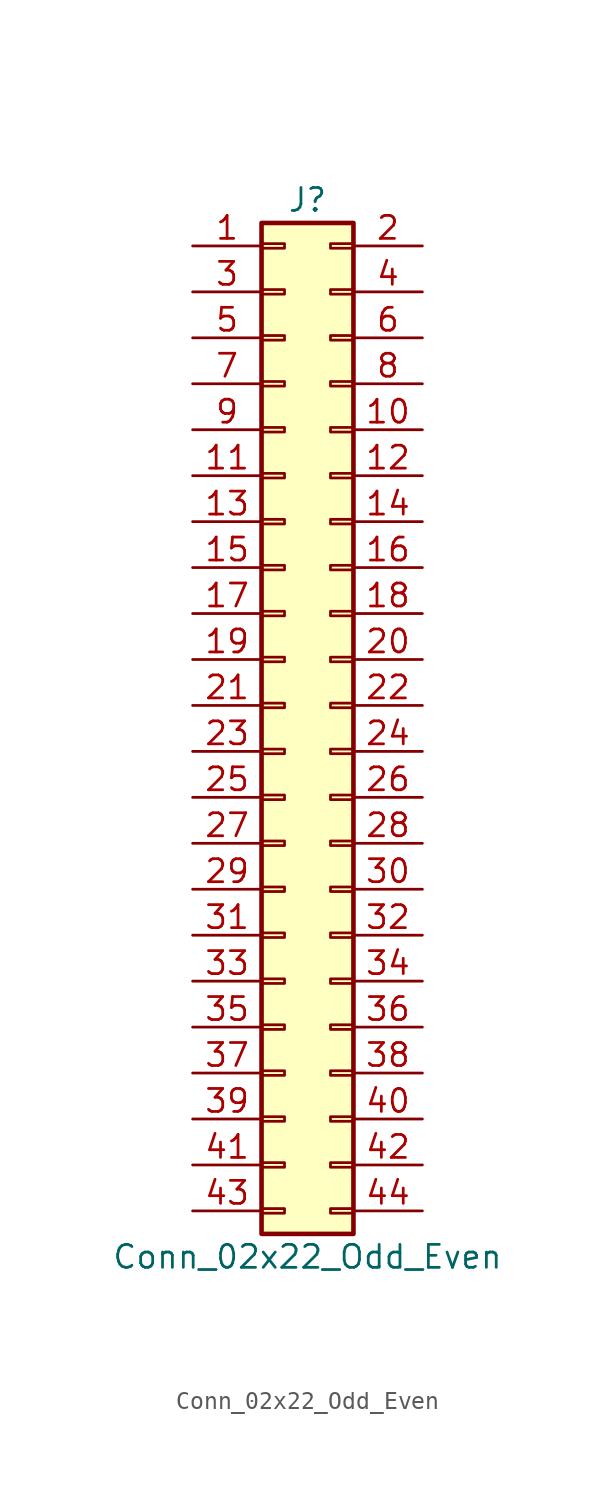
<source format=kicad_sym>
(kicad_symbol_lib
  (version 20201005)
  (generator kicad_symbol_editor)
  (symbol "Conn_02x22_Odd_Even"
    (pin_names
      (offset 1.016) hide)
    (property "Reference" "J"
      (at 1.27 27.94 0)
      (effects (font (size 1.27 1.27))))
    (property "Value" "Conn_02x22_Odd_Even"
      (at 1.27 -30.48 0)
      (effects (font (size 1.27 1.27))))
    (symbol "Conn_02x22_Odd_Even_1_1"
      (rectangle (start -1.27 -27.813) (end 0 -28.067) (stroke (width 0.152)) (fill (type none)))
      (rectangle (start -1.27 -25.273) (end 0 -25.527) (stroke (width 0.152)) (fill (type none)))
      (rectangle (start -1.27 -22.733) (end 0 -22.987) (stroke (width 0.152)) (fill (type none)))
      (rectangle (start -1.27 -20.193) (end 0 -20.447) (stroke (width 0.152)) (fill (type none)))
      (rectangle (start -1.27 -17.653) (end 0 -17.907) (stroke (width 0.152)) (fill (type none)))
      (rectangle (start -1.27 -15.113) (end 0 -15.367) (stroke (width 0.152)) (fill (type none)))
      (rectangle (start -1.27 -12.573) (end 0 -12.827) (stroke (width 0.152)) (fill (type none)))
      (rectangle (start -1.27 -10.033) (end 0 -10.287) (stroke (width 0.152)) (fill (type none)))
      (rectangle (start -1.27 -7.493) (end 0 -7.747) (stroke (width 0.152)) (fill (type none)))
      (rectangle (start -1.27 -4.953) (end 0 -5.207) (stroke (width 0.152)) (fill (type none)))
      (rectangle (start -1.27 -2.413) (end 0 -2.667) (stroke (width 0.152)) (fill (type none)))
      (rectangle (start -1.27 0.127) (end 0 -0.127) (stroke (width 0.152)) (fill (type none)))
      (rectangle (start -1.27 2.667) (end 0 2.413) (stroke (width 0.152)) (fill (type none)))
      (rectangle (start -1.27 5.207) (end 0 4.953) (stroke (width 0.152)) (fill (type none)))
      (rectangle (start -1.27 7.747) (end 0 7.493) (stroke (width 0.152)) (fill (type none)))
      (rectangle (start -1.27 10.287) (end 0 10.033) (stroke (width 0.152)) (fill (type none)))
      (rectangle (start -1.27 12.827) (end 0 12.573) (stroke (width 0.152)) (fill (type none)))
      (rectangle (start -1.27 15.367) (end 0 15.113) (stroke (width 0.152)) (fill (type none)))
      (rectangle (start -1.27 17.907) (end 0 17.653) (stroke (width 0.152)) (fill (type none)))
      (rectangle (start -1.27 20.447) (end 0 20.193) (stroke (width 0.152)) (fill (type none)))
      (rectangle (start -1.27 22.987) (end 0 22.733) (stroke (width 0.152)) (fill (type none)))
      (rectangle (start -1.27 25.527) (end 0 25.273) (stroke (width 0.152)) (fill (type none)))
      (rectangle (start -1.27 26.67) (end 3.81 -29.21) (stroke (width 0.254)) (fill (type background)))
      (rectangle (start 3.81 -27.813) (end 2.54 -28.067) (stroke (width 0.152)) (fill (type none)))
      (rectangle (start 3.81 -25.273) (end 2.54 -25.527) (stroke (width 0.152)) (fill (type none)))
      (rectangle (start 3.81 -22.733) (end 2.54 -22.987) (stroke (width 0.152)) (fill (type none)))
      (rectangle (start 3.81 -20.193) (end 2.54 -20.447) (stroke (width 0.152)) (fill (type none)))
      (rectangle (start 3.81 -17.653) (end 2.54 -17.907) (stroke (width 0.152)) (fill (type none)))
      (rectangle (start 3.81 -15.113) (end 2.54 -15.367) (stroke (width 0.152)) (fill (type none)))
      (rectangle (start 3.81 -12.573) (end 2.54 -12.827) (stroke (width 0.152)) (fill (type none)))
      (rectangle (start 3.81 -10.033) (end 2.54 -10.287) (stroke (width 0.152)) (fill (type none)))
      (rectangle (start 3.81 -7.493) (end 2.54 -7.747) (stroke (width 0.152)) (fill (type none)))
      (rectangle (start 3.81 -4.953) (end 2.54 -5.207) (stroke (width 0.152)) (fill (type none)))
      (rectangle (start 3.81 -2.413) (end 2.54 -2.667) (stroke (width 0.152)) (fill (type none)))
      (rectangle (start 3.81 0.127) (end 2.54 -0.127) (stroke (width 0.152)) (fill (type none)))
      (rectangle (start 3.81 2.667) (end 2.54 2.413) (stroke (width 0.152)) (fill (type none)))
      (rectangle (start 3.81 5.207) (end 2.54 4.953) (stroke (width 0.152)) (fill (type none)))
      (rectangle (start 3.81 7.747) (end 2.54 7.493) (stroke (width 0.152)) (fill (type none)))
      (rectangle (start 3.81 10.287) (end 2.54 10.033) (stroke (width 0.152)) (fill (type none)))
      (rectangle (start 3.81 12.827) (end 2.54 12.573) (stroke (width 0.152)) (fill (type none)))
      (rectangle (start 3.81 15.367) (end 2.54 15.113) (stroke (width 0.152)) (fill (type none)))
      (rectangle (start 3.81 17.907) (end 2.54 17.653) (stroke (width 0.152)) (fill (type none)))
      (rectangle (start 3.81 20.447) (end 2.54 20.193) (stroke (width 0.152)) (fill (type none)))
      (rectangle (start 3.81 22.987) (end 2.54 22.733) (stroke (width 0.152)) (fill (type none)))
      (rectangle (start 3.81 25.527) (end 2.54 25.273) (stroke (width 0.152)) (fill (type none)))
      (pin passive line (at -5.08 25.4 0) (length 3.81) (name "Pin_1" (effects (font (size 1.27 1.27)))) (number "1" (effects (font (size 1.27 1.27)))))
      (pin passive line (at 7.62 15.24 180) (length 3.81) (name "Pin_10" (effects (font (size 1.27 1.27)))) (number "10" (effects (font (size 1.27 1.27)))))
      (pin passive line (at -5.08 12.7 0) (length 3.81) (name "Pin_11" (effects (font (size 1.27 1.27)))) (number "11" (effects (font (size 1.27 1.27)))))
      (pin passive line (at 7.62 12.7 180) (length 3.81) (name "Pin_12" (effects (font (size 1.27 1.27)))) (number "12" (effects (font (size 1.27 1.27)))))
      (pin passive line (at -5.08 10.16 0) (length 3.81) (name "Pin_13" (effects (font (size 1.27 1.27)))) (number "13" (effects (font (size 1.27 1.27)))))
      (pin passive line (at 7.62 10.16 180) (length 3.81) (name "Pin_14" (effects (font (size 1.27 1.27)))) (number "14" (effects (font (size 1.27 1.27)))))
      (pin passive line (at -5.08 7.62 0) (length 3.81) (name "Pin_15" (effects (font (size 1.27 1.27)))) (number "15" (effects (font (size 1.27 1.27)))))
      (pin passive line (at 7.62 7.62 180) (length 3.81) (name "Pin_16" (effects (font (size 1.27 1.27)))) (number "16" (effects (font (size 1.27 1.27)))))
      (pin passive line (at -5.08 5.08 0) (length 3.81) (name "Pin_17" (effects (font (size 1.27 1.27)))) (number "17" (effects (font (size 1.27 1.27)))))
      (pin passive line (at 7.62 5.08 180) (length 3.81) (name "Pin_18" (effects (font (size 1.27 1.27)))) (number "18" (effects (font (size 1.27 1.27)))))
      (pin passive line (at -5.08 2.54 0) (length 3.81) (name "Pin_19" (effects (font (size 1.27 1.27)))) (number "19" (effects (font (size 1.27 1.27)))))
      (pin passive line (at 7.62 25.4 180) (length 3.81) (name "Pin_2" (effects (font (size 1.27 1.27)))) (number "2" (effects (font (size 1.27 1.27)))))
      (pin passive line (at 7.62 2.54 180) (length 3.81) (name "Pin_20" (effects (font (size 1.27 1.27)))) (number "20" (effects (font (size 1.27 1.27)))))
      (pin passive line (at -5.08 0 0) (length 3.81) (name "Pin_21" (effects (font (size 1.27 1.27)))) (number "21" (effects (font (size 1.27 1.27)))))
      (pin passive line (at 7.62 0 180) (length 3.81) (name "Pin_22" (effects (font (size 1.27 1.27)))) (number "22" (effects (font (size 1.27 1.27)))))
      (pin passive line (at -5.08 -2.54 0) (length 3.81) (name "Pin_23" (effects (font (size 1.27 1.27)))) (number "23" (effects (font (size 1.27 1.27)))))
      (pin passive line (at 7.62 -2.54 180) (length 3.81) (name "Pin_24" (effects (font (size 1.27 1.27)))) (number "24" (effects (font (size 1.27 1.27)))))
      (pin passive line (at -5.08 -5.08 0) (length 3.81) (name "Pin_25" (effects (font (size 1.27 1.27)))) (number "25" (effects (font (size 1.27 1.27)))))
      (pin passive line (at 7.62 -5.08 180) (length 3.81) (name "Pin_26" (effects (font (size 1.27 1.27)))) (number "26" (effects (font (size 1.27 1.27)))))
      (pin passive line (at -5.08 -7.62 0) (length 3.81) (name "Pin_27" (effects (font (size 1.27 1.27)))) (number "27" (effects (font (size 1.27 1.27)))))
      (pin passive line (at 7.62 -7.62 180) (length 3.81) (name "Pin_28" (effects (font (size 1.27 1.27)))) (number "28" (effects (font (size 1.27 1.27)))))
      (pin passive line (at -5.08 -10.16 0) (length 3.81) (name "Pin_29" (effects (font (size 1.27 1.27)))) (number "29" (effects (font (size 1.27 1.27)))))
      (pin passive line (at -5.08 22.86 0) (length 3.81) (name "Pin_3" (effects (font (size 1.27 1.27)))) (number "3" (effects (font (size 1.27 1.27)))))
      (pin passive line (at 7.62 -10.16 180) (length 3.81) (name "Pin_30" (effects (font (size 1.27 1.27)))) (number "30" (effects (font (size 1.27 1.27)))))
      (pin passive line (at -5.08 -12.7 0) (length 3.81) (name "Pin_31" (effects (font (size 1.27 1.27)))) (number "31" (effects (font (size 1.27 1.27)))))
      (pin passive line (at 7.62 -12.7 180) (length 3.81) (name "Pin_32" (effects (font (size 1.27 1.27)))) (number "32" (effects (font (size 1.27 1.27)))))
      (pin passive line (at -5.08 -15.24 0) (length 3.81) (name "Pin_33" (effects (font (size 1.27 1.27)))) (number "33" (effects (font (size 1.27 1.27)))))
      (pin passive line (at 7.62 -15.24 180) (length 3.81) (name "Pin_34" (effects (font (size 1.27 1.27)))) (number "34" (effects (font (size 1.27 1.27)))))
      (pin passive line (at -5.08 -17.78 0) (length 3.81) (name "Pin_35" (effects (font (size 1.27 1.27)))) (number "35" (effects (font (size 1.27 1.27)))))
      (pin passive line (at 7.62 -17.78 180) (length 3.81) (name "Pin_36" (effects (font (size 1.27 1.27)))) (number "36" (effects (font (size 1.27 1.27)))))
      (pin passive line (at -5.08 -20.32 0) (length 3.81) (name "Pin_37" (effects (font (size 1.27 1.27)))) (number "37" (effects (font (size 1.27 1.27)))))
      (pin passive line (at 7.62 -20.32 180) (length 3.81) (name "Pin_38" (effects (font (size 1.27 1.27)))) (number "38" (effects (font (size 1.27 1.27)))))
      (pin passive line (at -5.08 -22.86 0) (length 3.81) (name "Pin_39" (effects (font (size 1.27 1.27)))) (number "39" (effects (font (size 1.27 1.27)))))
      (pin passive line (at 7.62 22.86 180) (length 3.81) (name "Pin_4" (effects (font (size 1.27 1.27)))) (number "4" (effects (font (size 1.27 1.27)))))
      (pin passive line (at 7.62 -22.86 180) (length 3.81) (name "Pin_40" (effects (font (size 1.27 1.27)))) (number "40" (effects (font (size 1.27 1.27)))))
      (pin passive line (at -5.08 -25.4 0) (length 3.81) (name "Pin_41" (effects (font (size 1.27 1.27)))) (number "41" (effects (font (size 1.27 1.27)))))
      (pin passive line (at 7.62 -25.4 180) (length 3.81) (name "Pin_42" (effects (font (size 1.27 1.27)))) (number "42" (effects (font (size 1.27 1.27)))))
      (pin passive line (at -5.08 -27.94 0) (length 3.81) (name "Pin_43" (effects (font (size 1.27 1.27)))) (number "43" (effects (font (size 1.27 1.27)))))
      (pin passive line (at 7.62 -27.94 180) (length 3.81) (name "Pin_44" (effects (font (size 1.27 1.27)))) (number "44" (effects (font (size 1.27 1.27)))))
      (pin passive line (at -5.08 20.32 0) (length 3.81) (name "Pin_5" (effects (font (size 1.27 1.27)))) (number "5" (effects (font (size 1.27 1.27)))))
      (pin passive line (at 7.62 20.32 180) (length 3.81) (name "Pin_6" (effects (font (size 1.27 1.27)))) (number "6" (effects (font (size 1.27 1.27)))))
      (pin passive line (at -5.08 17.78 0) (length 3.81) (name "Pin_7" (effects (font (size 1.27 1.27)))) (number "7" (effects (font (size 1.27 1.27)))))
      (pin passive line (at 7.62 17.78 180) (length 3.81) (name "Pin_8" (effects (font (size 1.27 1.27)))) (number "8" (effects (font (size 1.27 1.27)))))
      (pin passive line (at -5.08 15.24 0) (length 3.81) (name "Pin_9" (effects (font (size 1.27 1.27)))) (number "9" (effects (font (size 1.27 1.27))))))))
</source>
